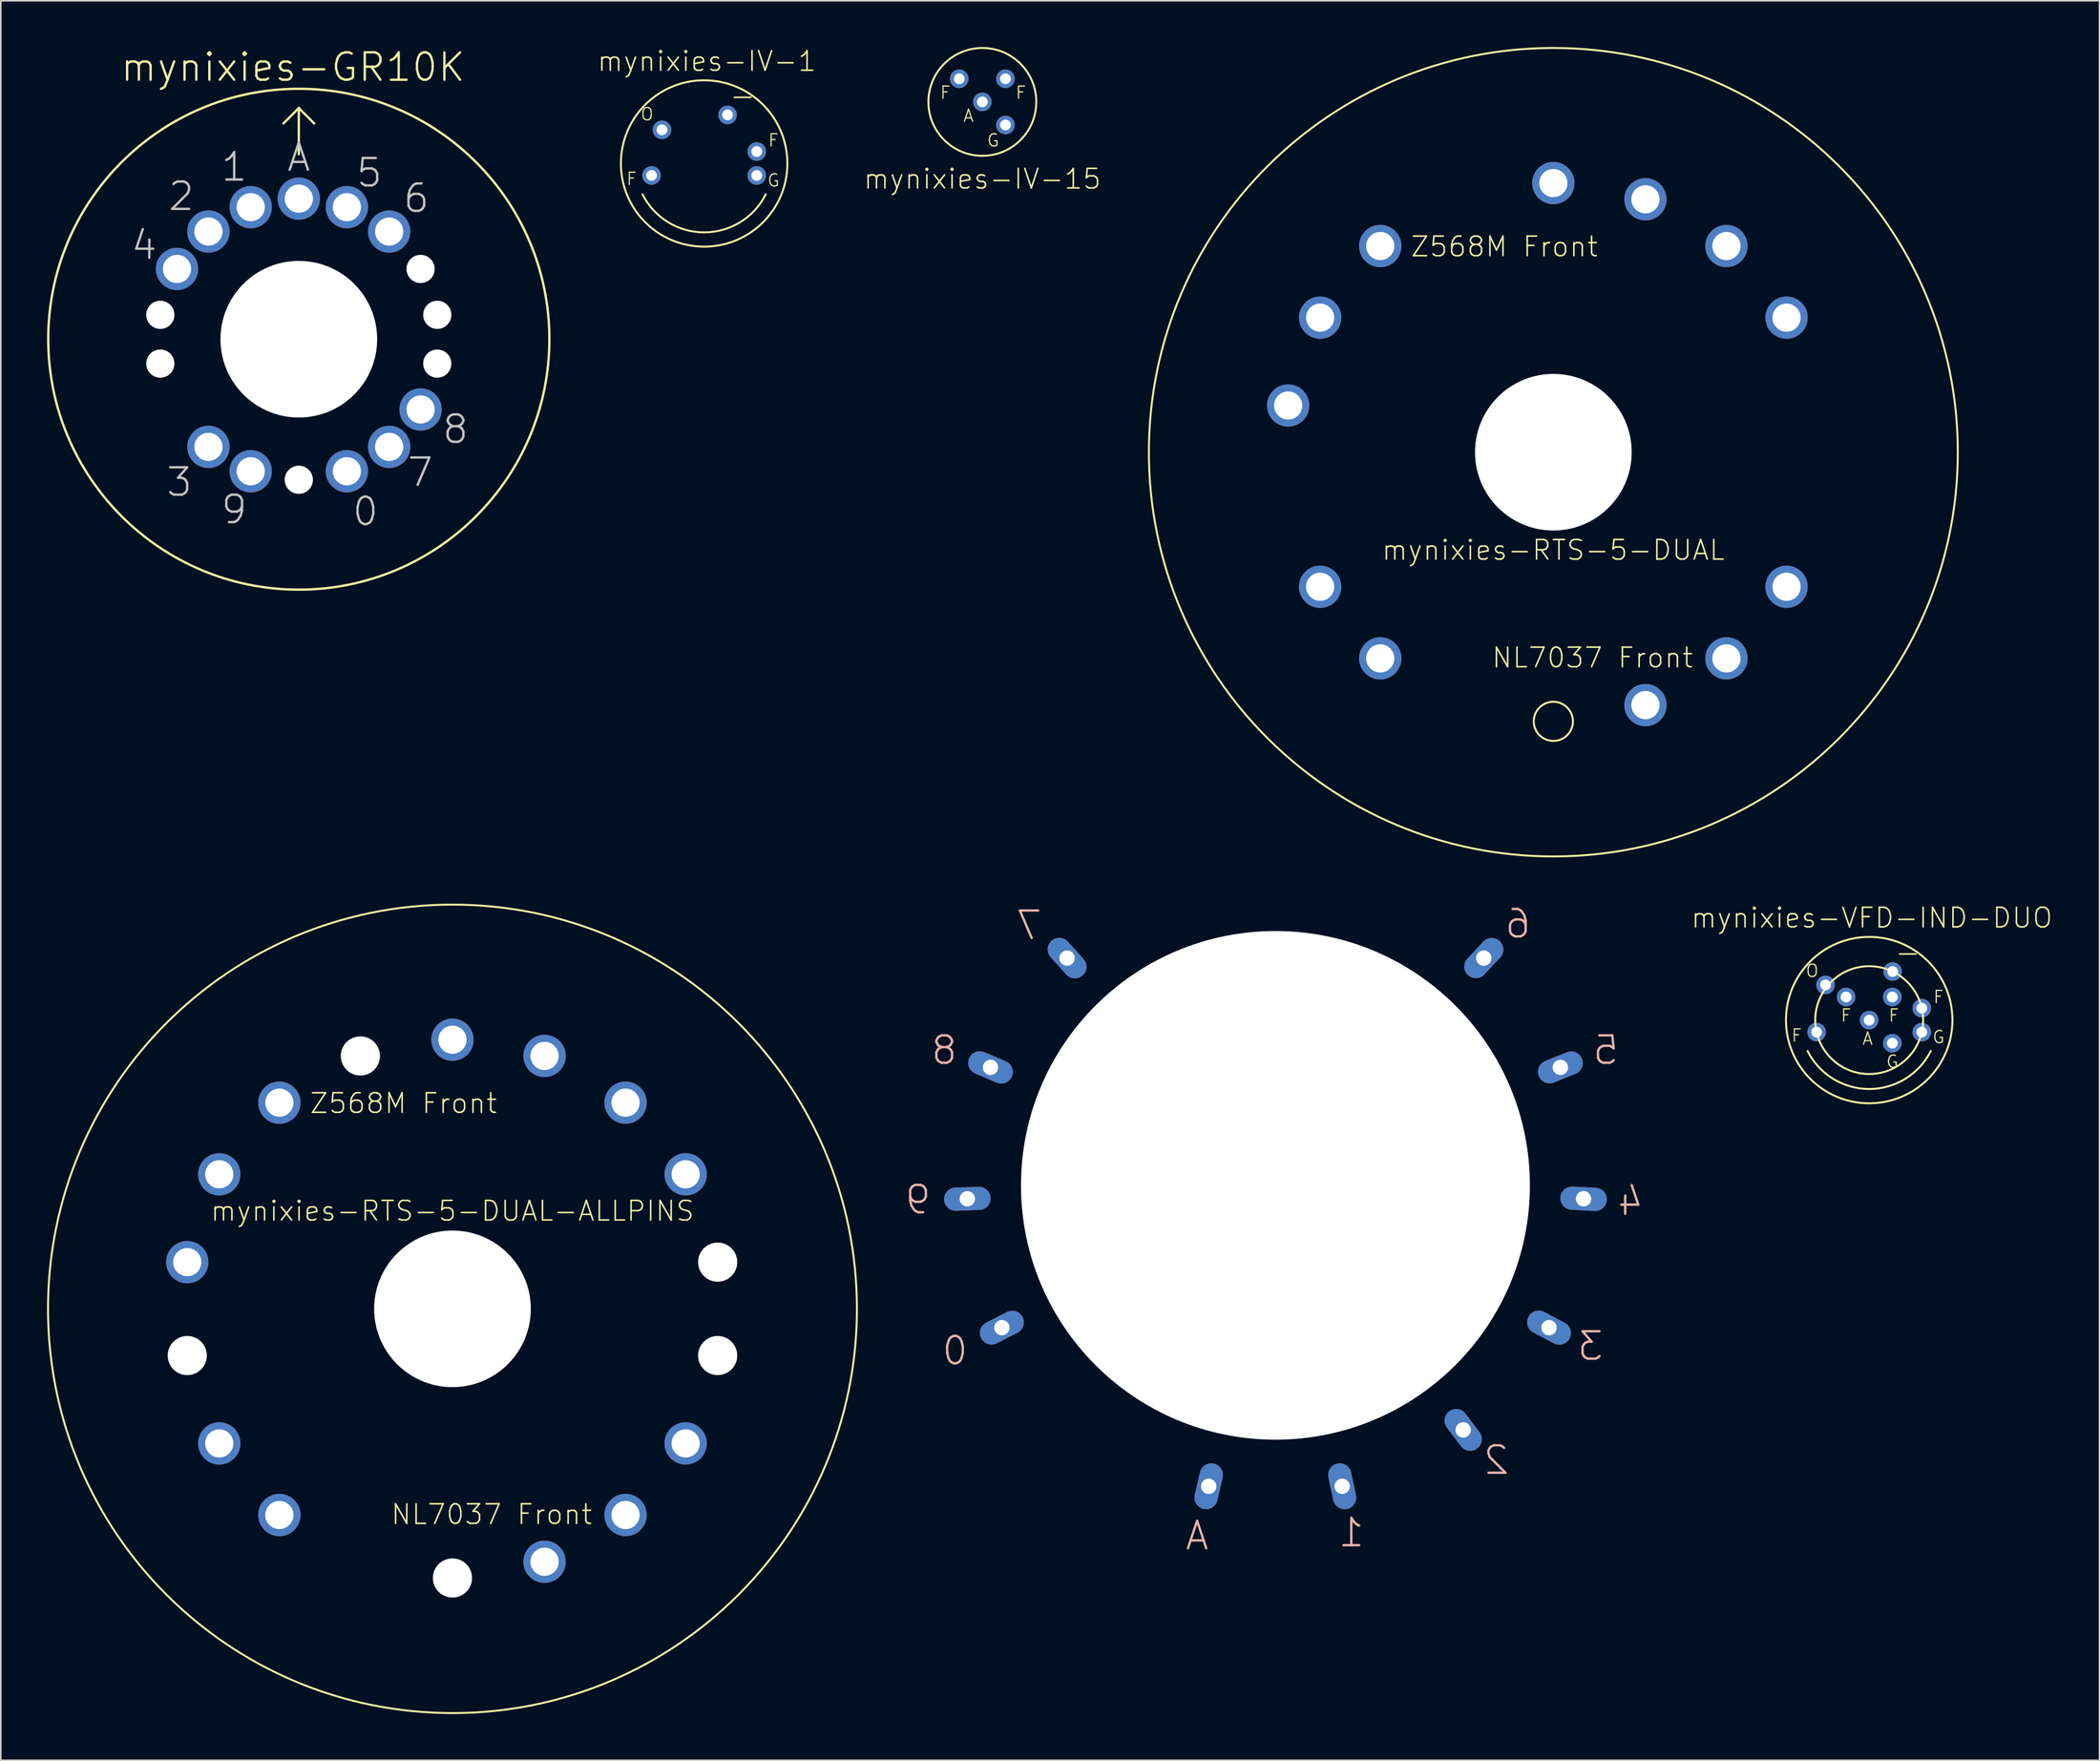
<source format=kicad_pcb>
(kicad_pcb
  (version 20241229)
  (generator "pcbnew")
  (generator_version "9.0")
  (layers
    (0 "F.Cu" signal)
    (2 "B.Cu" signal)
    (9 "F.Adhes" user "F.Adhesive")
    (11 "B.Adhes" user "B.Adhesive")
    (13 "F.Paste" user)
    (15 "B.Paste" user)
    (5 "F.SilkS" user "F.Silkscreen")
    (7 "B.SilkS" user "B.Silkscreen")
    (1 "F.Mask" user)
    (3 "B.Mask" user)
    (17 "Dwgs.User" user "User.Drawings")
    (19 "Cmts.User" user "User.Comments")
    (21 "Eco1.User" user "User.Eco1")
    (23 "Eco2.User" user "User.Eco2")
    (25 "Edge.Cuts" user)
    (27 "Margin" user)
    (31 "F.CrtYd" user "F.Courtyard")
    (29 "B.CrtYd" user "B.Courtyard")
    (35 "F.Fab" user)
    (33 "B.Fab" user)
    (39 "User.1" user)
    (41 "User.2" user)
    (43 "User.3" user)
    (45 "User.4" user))
  (footprint "mynixies-IV-1"
    (layer "F.Cu")
    (at 42.608 7.556)
    (property "Reference" "mynixies-IV-1" (at 0.173 -6.634 0) (layer "F.SilkS") (effects (font (size 1.27 1.27) (thickness 0.102))))
    (attr exclude_from_pos_files exclude_from_bom)
    (fp_arc (start 3.99796 1.99898) (mid 0.002727 4.469854) (end -3.995518 2.003856) (stroke (width 0.127) (type solid)) (layer "F.SilkS"))
    (fp_circle (center 0 0) (end 0 -5.397) (stroke (width 0.127) (type solid)) (fill no) (layer "F.SilkS"))
    (fp_text user "G" (at 4.498 1.1 0) (layer "F.SilkS") (effects (font (size 0.798 0.798) (thickness 0.076))))
    (fp_text user "F" (at 4.498 -1.499 0) (layer "F.SilkS") (effects (font (size 0.798 0.798) (thickness 0.076))))
    (fp_text user "O" (at -3.698 -3.198 0) (layer "F.SilkS") (effects (font (size 0.798 0.798) (thickness 0.076))))
    (fp_text user "F" (at -4.699 0.998 0) (layer "F.SilkS") (effects (font (size 0.798 0.798) (thickness 0.076))))
    (fp_text user "-" (at 2.499 -4.399 0) (layer "F.SilkS") (effects (font (size 1.4 1.4) (thickness 0.102))))
    (pad "-" thru_hole circle (at 1.519 -3.152) (size 1.206 1.206) (drill 0.699) (layers "*.Cu" "*.Mask"))
    (pad "F1" thru_hole circle (at -3.411 0.777) (size 1.206 1.206) (drill 0.699) (layers "*.Cu" "*.Mask"))
    (pad "F2" thru_hole circle (at 3.411 -0.775) (size 1.206 1.206) (drill 0.699) (layers "*.Cu" "*.Mask"))
    (pad "G" thru_hole circle (at 3.411 0.78) (size 1.206 1.206) (drill 0.699) (layers "*.Cu" "*.Mask"))
    (pad "O" thru_hole circle (at -2.733 -2.184) (size 1.206 1.206) (drill 0.699) (layers "*.Cu" "*.Mask")))
  (footprint "mynixies-IV-15"
    (layer "F.Cu")
    (at 60.648 3.561)
    (property "Reference" "mynixies-IV-15" (at 0 4.999 0) (layer "F.SilkS") (effects (font (size 1.27 1.27) (thickness 0.102))))
    (attr exclude_from_pos_files exclude_from_bom)
    (fp_circle (center 0 0) (end 0 -3.498) (stroke (width 0.127) (type solid)) (fill no) (layer "F.SilkS"))
    (fp_text user "A" (at -0.899 0.899 0) (layer "F.SilkS") (effects (font (size 0.798 0.798) (thickness 0.076))))
    (fp_text user "F" (at -2.398 -0.599 0) (layer "F.SilkS") (effects (font (size 0.798 0.798) (thickness 0.076))))
    (fp_text user "F" (at 2.499 -0.599 0) (layer "F.SilkS") (effects (font (size 0.798 0.798) (thickness 0.076))))
    (fp_text user "G" (at 0.699 2.499 0) (layer "F.SilkS") (effects (font (size 0.798 0.798) (thickness 0.076))))
    (pad "P$1" thru_hole circle (at -1.499 -1.499) (size 1.206 1.206) (drill 0.699) (layers "*.Cu" "*.Mask"))
    (pad "P$2" thru_hole circle (at 1.499 -1.499) (size 1.206 1.206) (drill 0.699) (layers "*.Cu" "*.Mask"))
    (pad "P$3" thru_hole circle (at 1.499 1.499) (size 1.206 1.206) (drill 0.699) (layers "*.Cu" "*.Mask"))
    (pad "P$4" thru_hole circle (at 0 0) (size 1.206 1.206) (drill 0.699) (layers "*.Cu" "*.Mask")))
  (footprint "mynixies-TSB-12P-CONTACT"
    (layer "F.Cu")
    (at 79.653 73.855)
    (property "Reference" "mynixies-TSB-12P-CONTACT" (at 0 0 0) (layer "F.SilkS") (effects (font (size 1.27 1.27) (thickness 0.15))))
    (attr exclude_from_pos_files exclude_from_bom)
    (fp_text user "0" (at -20.78 10.729 0) (layer "B.SilkS") (effects (font (size 1.778 1.778) (thickness 0.152)) (justify mirror)))
    (fp_text user "1" (at 4.92 22.53 0) (layer "B.SilkS") (effects (font (size 1.778 1.778) (thickness 0.152)) (justify mirror)))
    (fp_text user "A" (at -5.08 22.728 0) (layer "B.SilkS") (effects (font (size 1.778 1.778) (thickness 0.152)) (justify mirror)))
    (fp_text user "4" (at 23.017 1.029 0) (layer "B.SilkS") (effects (font (size 1.778 1.778) (thickness 0.152)) (justify mirror)))
    (fp_text user "6" (at 15.718 -16.97 0) (layer "B.SilkS") (effects (font (size 1.778 1.778) (thickness 0.152)) (justify mirror)))
    (fp_text user "5" (at 21.42 -8.768 0) (layer "B.SilkS") (effects (font (size 1.778 1.778) (thickness 0.152)) (justify mirror)))
    (fp_text user "3" (at 20.419 10.429 0) (layer "B.SilkS") (effects (font (size 1.778 1.778) (thickness 0.152)) (justify mirror)))
    (fp_text user "7" (at -15.979 -16.868 0) (layer "B.SilkS") (effects (font (size 1.778 1.778) (thickness 0.152)) (justify mirror)))
    (fp_text user "8" (at -21.478 -8.768 0) (layer "B.SilkS") (effects (font (size 1.778 1.778) (thickness 0.152)) (justify mirror)))
    (fp_text user "2" (at 14.318 17.828 0) (layer "B.SilkS") (effects (font (size 1.778 1.778) (thickness 0.152)) (justify mirror)))
    (fp_text user "9" (at -23.177 0.93 0) (layer "B.SilkS") (effects (font (size 1.778 1.778) (thickness 0.152)) (justify mirror)))
    (pad "" np_thru_hole circle (at 0 0) (size 33 33) (drill 33) (layers "*.Cu" "*.Mask"))
    (pad "0" thru_hole oval (at -17.739 9.233 297) (size 1.506 3.015) (drill 0.998) (layers "*.Cu" "*.Mask"))
    (pad "1" thru_hole oval (at 4.328 19.525 12) (size 1.506 3.015) (drill 0.998) (layers "*.Cu" "*.Mask"))
    (pad "2" thru_hole oval (at 12.174 15.865 37) (size 1.506 3.015) (drill 0.998) (layers "*.Cu" "*.Mask"))
    (pad "3" thru_hole oval (at 17.739 9.233 62) (size 1.506 3.015) (drill 0.998) (layers "*.Cu" "*.Mask"))
    (pad "4" thru_hole oval (at 19.98 0.871 87) (size 1.506 3.015) (drill 0.998) (layers "*.Cu" "*.Mask"))
    (pad "5" thru_hole oval (at 18.476 -7.653 112) (size 1.506 3.015) (drill 0.998) (layers "*.Cu" "*.Mask"))
    (pad "6" thru_hole oval (at 13.51 -14.745 137) (size 1.506 3.015) (drill 0.998) (layers "*.Cu" "*.Mask"))
    (pad "7" thru_hole oval (at -13.51 -14.745 222) (size 1.506 3.015) (drill 0.998) (layers "*.Cu" "*.Mask"))
    (pad "8" thru_hole oval (at -18.476 -7.653 247) (size 1.506 3.015) (drill 0.998) (layers "*.Cu" "*.Mask"))
    (pad "9" thru_hole oval (at -19.98 0.871 272) (size 1.506 3.015) (drill 0.998) (layers "*.Cu" "*.Mask"))
    (pad "A" thru_hole oval (at -4.328 19.525 347) (size 1.506 3.015) (drill 0.998) (layers "*.Cu" "*.Mask")))
  (footprint "mynixies-GR10K"
    (layer "F.Cu")
    (at 16.325 18.958)
    (property "Reference" "mynixies-GR10K" (at -0.381 -17.65 0) (layer "F.SilkS") (effects (font (size 1.778 1.778) (thickness 0.152))))
    (attr exclude_from_pos_files exclude_from_bom)
    (fp_line (start -0.998 -13.998) (end 0 -14.999) (stroke (width 0.152) (type solid)) (layer "F.SilkS"))
    (fp_line (start 0 -14.999) (end 0 -11.999) (stroke (width 0.152) (type solid)) (layer "F.SilkS"))
    (fp_line (start 0 -14.999) (end 0.998 -13.998) (stroke (width 0.152) (type solid)) (layer "F.SilkS"))
    (fp_circle (center 0 0) (end 0 -16.248) (stroke (width 0.152) (type solid)) (fill no) (layer "F.SilkS"))
    (fp_text user "A" (at 0 -11.811 0) (layer "Dwgs.User") (effects (font (size 1.778 1.778) (thickness 0.152))))
    (fp_text user "9" (at -4.191 11.049 0) (layer "Dwgs.User") (effects (font (size 1.778 1.778) (thickness 0.152))))
    (fp_text user "7" (at 7.874 8.636 0) (layer "Dwgs.User") (effects (font (size 1.778 1.778) (thickness 0.152))))
    (fp_text user "1" (at -4.191 -11.176 0) (layer "Dwgs.User") (effects (font (size 1.778 1.778) (thickness 0.152))))
    (fp_text user "6" (at 7.62 -9.144 0) (layer "Dwgs.User") (effects (font (size 1.778 1.778) (thickness 0.152))))
    (fp_text user "4" (at -10.033 -6.096 0) (layer "Dwgs.User") (effects (font (size 1.778 1.778) (thickness 0.152))))
    (fp_text user "2" (at -7.62 -9.271 0) (layer "Dwgs.User") (effects (font (size 1.778 1.778) (thickness 0.152))))
    (fp_text user "8" (at 10.16 5.842 0) (layer "Dwgs.User") (effects (font (size 1.778 1.778) (thickness 0.152))))
    (fp_text user "0" (at 4.318 11.176 0) (layer "Dwgs.User") (effects (font (size 1.778 1.778) (thickness 0.152))))
    (fp_text user "3" (at -7.747 9.271 0) (layer "Dwgs.User") (effects (font (size 1.778 1.778) (thickness 0.152))))
    (fp_text user "5" (at 4.572 -10.795 0) (layer "Dwgs.User") (effects (font (size 1.778 1.778) (thickness 0.152))))
    (pad "" np_thru_hole circle (at -8.979 -1.582) (size 1.829 1.829) (drill 1.829) (layers "*.Cu" "*.Mask"))
    (pad "" np_thru_hole circle (at -8.979 1.582) (size 1.829 1.829) (drill 1.829) (layers "*.Cu" "*.Mask"))
    (pad "" np_thru_hole circle (at 0 0) (size 10.16 10.16) (drill 10.16) (layers "*.Cu" "*.Mask"))
    (pad "" np_thru_hole circle (at 0 9.119) (size 1.829 1.829) (drill 1.829) (layers "*.Cu" "*.Mask"))
    (pad "" np_thru_hole circle (at 7.897 -4.559) (size 1.829 1.829) (drill 1.829) (layers "*.Cu" "*.Mask"))
    (pad "" np_thru_hole circle (at 8.979 -1.582) (size 1.829 1.829) (drill 1.829) (layers "*.Cu" "*.Mask"))
    (pad "" np_thru_hole circle (at 8.979 1.582) (size 1.829 1.829) (drill 1.829) (layers "*.Cu" "*.Mask"))
    (pad "1" thru_hole circle (at -5.86 6.985) (size 2.743 2.743) (drill 1.829) (layers "*.Cu" "*.Mask"))
    (pad "2" thru_hole circle (at -3.117 8.567) (size 2.743 2.743) (drill 1.829) (layers "*.Cu" "*.Mask"))
    (pad "4" thru_hole circle (at 3.117 8.567) (size 2.743 2.743) (drill 1.829) (layers "*.Cu" "*.Mask"))
    (pad "5" thru_hole circle (at 5.86 6.985) (size 2.743 2.743) (drill 1.829) (layers "*.Cu" "*.Mask"))
    (pad "6" thru_hole circle (at 7.897 4.559) (size 2.743 2.743) (drill 1.829) (layers "*.Cu" "*.Mask"))
    (pad "10" thru_hole circle (at 5.86 -6.985) (size 2.743 2.743) (drill 1.829) (layers "*.Cu" "*.Mask"))
    (pad "11" thru_hole circle (at 3.117 -8.567) (size 2.743 2.743) (drill 1.829) (layers "*.Cu" "*.Mask"))
    (pad "12" thru_hole circle (at 0 -9.119) (size 2.743 2.743) (drill 1.829) (layers "*.Cu" "*.Mask"))
    (pad "13" thru_hole circle (at -3.117 -8.567) (size 2.743 2.743) (drill 1.829) (layers "*.Cu" "*.Mask"))
    (pad "14" thru_hole circle (at -5.86 -6.985) (size 2.743 2.743) (drill 1.829) (layers "*.Cu" "*.Mask"))
    (pad "15" thru_hole circle (at -7.897 -4.559) (size 2.743 2.743) (drill 1.829) (layers "*.Cu" "*.Mask")))
  (footprint "mynixies-VFD-IND-DUO"
    (layer "F.Cu")
    (at 118.153 63.134)
    (property "Reference" "mynixies-VFD-IND-DUO" (at 0.173 -6.634 0) (layer "F.SilkS") (effects (font (size 1.27 1.27) (thickness 0.102))))
    (attr exclude_from_pos_files exclude_from_bom)
    (fp_arc (start 3.99796 1.99898) (mid 0.002727 4.469854) (end -3.995518 2.003856) (stroke (width 0.127) (type solid)) (layer "F.SilkS"))
    (fp_circle (center 0 0) (end 0 -5.397) (stroke (width 0.127) (type solid)) (fill no) (layer "F.SilkS"))
    (fp_circle (center 0 0) (end 0 -3.498) (stroke (width 0.127) (type solid)) (fill no) (layer "F.SilkS"))
    (fp_text user "F" (at 4.498 -1.499 0) (layer "F.SilkS") (effects (font (size 0.798 0.798) (thickness 0.076))))
    (fp_text user "G" (at 4.498 1.1 0) (layer "F.SilkS") (effects (font (size 0.798 0.798) (thickness 0.076))))
    (fp_text user "A" (at -0.099 1.199 0) (layer "F.SilkS") (effects (font (size 0.798 0.798) (thickness 0.076))))
    (fp_text user "F" (at -1.499 -0.3 0) (layer "F.SilkS") (effects (font (size 0.798 0.798) (thickness 0.076))))
    (fp_text user "F" (at 1.598 -0.3 0) (layer "F.SilkS") (effects (font (size 0.798 0.798) (thickness 0.076))))
    (fp_text user "F" (at -4.699 0.998 0) (layer "F.SilkS") (effects (font (size 0.798 0.798) (thickness 0.076))))
    (fp_text user "O" (at -3.698 -3.198 0) (layer "F.SilkS") (effects (font (size 0.798 0.798) (thickness 0.076))))
    (fp_text user "-" (at 2.499 -4.399 0) (layer "F.SilkS") (effects (font (size 1.4 1.4) (thickness 0.102))))
    (fp_text user "G" (at 1.499 2.697 0) (layer "F.SilkS") (effects (font (size 0.798 0.798) (thickness 0.076))))
    (pad "-" thru_hole circle (at 1.519 -3.152) (size 1.206 1.206) (drill 0.699) (layers "*.Cu" "*.Mask"))
    (pad "F1" thru_hole circle (at -3.411 0.777) (size 1.206 1.206) (drill 0.699) (layers "*.Cu" "*.Mask"))
    (pad "F2" thru_hole circle (at 3.411 -0.775) (size 1.206 1.206) (drill 0.699) (layers "*.Cu" "*.Mask"))
    (pad "G" thru_hole circle (at 3.411 0.78) (size 1.206 1.206) (drill 0.699) (layers "*.Cu" "*.Mask"))
    (pad "O" thru_hole circle (at -2.832 -2.283) (size 1.206 1.206) (drill 0.699) (layers "*.Cu" "*.Mask"))
    (pad "P$1" thru_hole circle (at -1.499 -1.499) (size 1.206 1.206) (drill 0.699) (layers "*.Cu" "*.Mask"))
    (pad "P$2" thru_hole circle (at 1.499 -1.499) (size 1.206 1.206) (drill 0.699) (layers "*.Cu" "*.Mask"))
    (pad "P$3" thru_hole circle (at 1.499 1.499) (size 1.206 1.206) (drill 0.699) (layers "*.Cu" "*.Mask"))
    (pad "P$4" thru_hole circle (at 0 0) (size 1.206 1.206) (drill 0.699) (layers "*.Cu" "*.Mask")))
  (footprint "mynixies-RTS-5-DUAL"
    (layer "F.Cu")
    (at 97.673 26.289)
    (property "Reference" "mynixies-RTS-5-DUAL" (at 0 6.35 0) (layer "F.SilkS") (effects (font (size 1.27 1.27) (thickness 0.102))))
    (attr exclude_from_pos_files exclude_from_bom)
    (fp_circle (center 0 0) (end 0 -26.226) (stroke (width 0.127) (type solid)) (fill no) (layer "F.SilkS"))
    (fp_circle (center 0 17.462) (end 0 16.192) (stroke (width 0.127) (type solid)) (fill no) (layer "F.SilkS"))
    (fp_text user "Z568M Front" (at -3.175 -13.335 180) (layer "F.SilkS") (effects (font (size 1.27 1.27) (thickness 0.102))))
    (fp_text user "NL7037 Front" (at 2.54 13.335 0) (layer "F.SilkS") (effects (font (size 1.27 1.27) (thickness 0.102))))
    (pad "" np_thru_hole circle (at 0 0) (size 10.16 10.16) (drill 10.16) (layers "*.Cu" "*.Mask"))
    (pad "P$2" thru_hole circle (at 5.972 16.408) (size 2.743 2.743) (drill 1.829) (layers "*.Cu" "*.Mask"))
    (pad "P$3" thru_hole circle (at 11.224 13.376) (size 2.743 2.743) (drill 1.829) (layers "*.Cu" "*.Mask"))
    (pad "P$4" thru_hole circle (at 15.121 8.73) (size 2.743 2.743) (drill 1.829) (layers "*.Cu" "*.Mask"))
    (pad "P$7" thru_hole circle (at 15.121 -8.73) (size 2.743 2.743) (drill 1.829) (layers "*.Cu" "*.Mask"))
    (pad "P$8" thru_hole circle (at 11.224 -13.376) (size 2.743 2.743) (drill 1.829) (layers "*.Cu" "*.Mask"))
    (pad "P$9" thru_hole circle (at 5.972 -16.408) (size 2.743 2.743) (drill 1.829) (layers "*.Cu" "*.Mask"))
    (pad "P$10" thru_hole circle (at 0 -17.462) (size 2.743 2.743) (drill 1.829) (layers "*.Cu" "*.Mask"))
    (pad "P$12" thru_hole circle (at -11.224 -13.376) (size 2.743 2.743) (drill 1.829) (layers "*.Cu" "*.Mask"))
    (pad "P$13" thru_hole circle (at -15.121 -8.73) (size 2.743 2.743) (drill 1.829) (layers "*.Cu" "*.Mask"))
    (pad "P$14" thru_hole circle (at -17.196 -3.03) (size 2.743 2.743) (drill 1.829) (layers "*.Cu" "*.Mask"))
    (pad "P$16" thru_hole circle (at -15.121 8.73) (size 2.743 2.743) (drill 1.829) (layers "*.Cu" "*.Mask"))
    (pad "P$17" thru_hole circle (at -11.224 13.376) (size 2.743 2.743) (drill 1.829) (layers "*.Cu" "*.Mask")))
  (footprint "mynixies-RTS-5-DUAL-ALLPINS"
    (layer "F.Cu")
    (at 26.289 81.867)
    (property "Reference" "mynixies-RTS-5-DUAL-ALLPINS" (at 0 -6.35 0) (layer "F.SilkS") (effects (font (size 1.27 1.27) (thickness 0.102))))
    (attr exclude_from_pos_files exclude_from_bom)
    (fp_circle (center 0 0) (end 0 -26.226) (stroke (width 0.127) (type solid)) (fill no) (layer "F.SilkS"))
    (fp_text user "NL7037 Front" (at 2.54 13.335 0) (layer "F.SilkS") (effects (font (size 1.27 1.27) (thickness 0.102))))
    (fp_text user "Z568M Front" (at -3.175 -13.335 180) (layer "F.SilkS") (effects (font (size 1.27 1.27) (thickness 0.102))))
    (pad "" np_thru_hole circle (at -17.196 3.03) (size 2.54 2.54) (drill 2.54) (layers "*.Cu" "*.Mask"))
    (pad "" np_thru_hole circle (at -5.972 -16.408) (size 2.54 2.54) (drill 2.54) (layers "*.Cu" "*.Mask"))
    (pad "" np_thru_hole circle (at 0 0) (size 10.16 10.16) (drill 10.16) (layers "*.Cu" "*.Mask"))
    (pad "" np_thru_hole circle (at 0 17.462) (size 2.54 2.54) (drill 2.54) (layers "*.Cu" "*.Mask"))
    (pad "" np_thru_hole circle (at 17.196 -3.03) (size 2.54 2.54) (drill 2.54) (layers "*.Cu" "*.Mask"))
    (pad "" np_thru_hole circle (at 17.196 3.03) (size 2.54 2.54) (drill 2.54) (layers "*.Cu" "*.Mask"))
    (pad "P$2" thru_hole circle (at 5.972 16.408) (size 2.743 2.743) (drill 1.829) (layers "*.Cu" "*.Mask"))
    (pad "P$3" thru_hole circle (at 11.224 13.376) (size 2.743 2.743) (drill 1.829) (layers "*.Cu" "*.Mask"))
    (pad "P$4" thru_hole circle (at 15.121 8.73) (size 2.743 2.743) (drill 1.829) (layers "*.Cu" "*.Mask"))
    (pad "P$7" thru_hole circle (at 15.121 -8.73) (size 2.743 2.743) (drill 1.829) (layers "*.Cu" "*.Mask"))
    (pad "P$8" thru_hole circle (at 11.224 -13.376) (size 2.743 2.743) (drill 1.829) (layers "*.Cu" "*.Mask"))
    (pad "P$9" thru_hole circle (at 5.972 -16.408) (size 2.743 2.743) (drill 1.829) (layers "*.Cu" "*.Mask"))
    (pad "P$10" thru_hole circle (at 0 -17.462) (size 2.743 2.743) (drill 1.829) (layers "*.Cu" "*.Mask"))
    (pad "P$12" thru_hole circle (at -11.224 -13.376) (size 2.743 2.743) (drill 1.829) (layers "*.Cu" "*.Mask"))
    (pad "P$13" thru_hole circle (at -15.121 -8.73) (size 2.743 2.743) (drill 1.829) (layers "*.Cu" "*.Mask"))
    (pad "P$14" thru_hole circle (at -17.196 -3.03) (size 2.743 2.743) (drill 1.829) (layers "*.Cu" "*.Mask"))
    (pad "P$16" thru_hole circle (at -15.121 8.73) (size 2.743 2.743) (drill 1.829) (layers "*.Cu" "*.Mask"))
    (pad "P$17" thru_hole circle (at -11.224 13.376) (size 2.743 2.743) (drill 1.829) (layers "*.Cu" "*.Mask")))
  (gr_rect
    (start -3 -3)
    (end 133.083 111.156)
    (stroke (width 0.1) (type default))
    (fill no)
    (layer "Edge.Cuts")))
</source>
